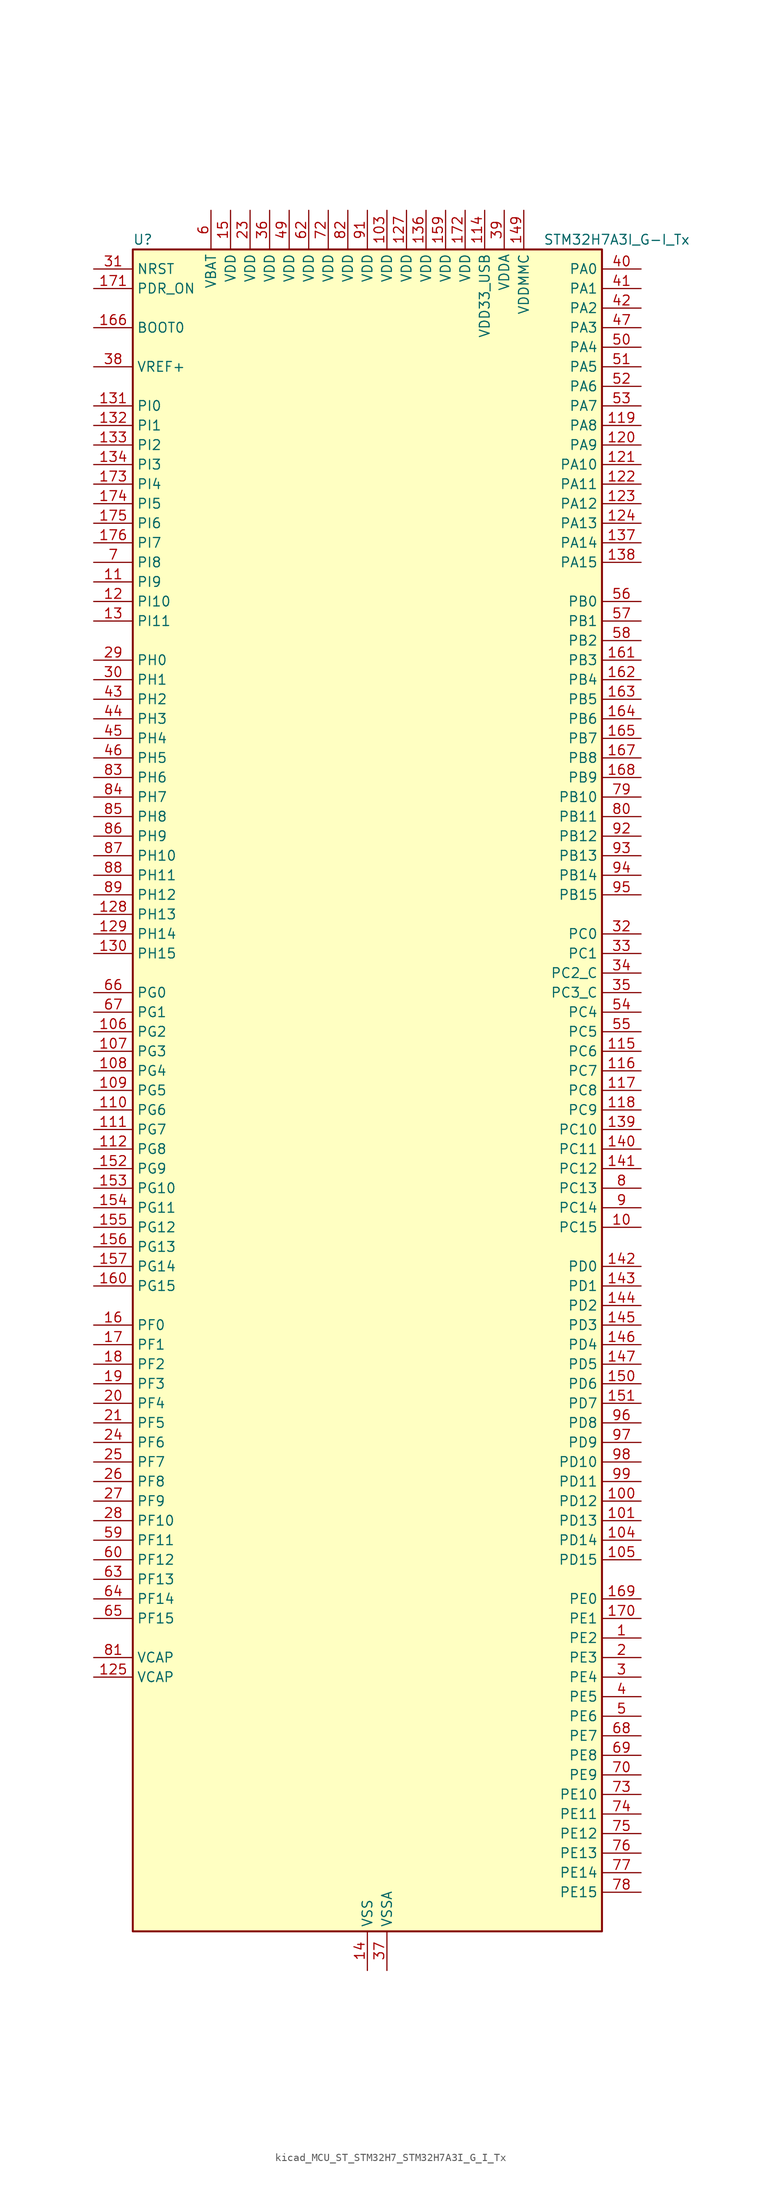
<source format=kicad_sym>
(kicad_symbol_lib
  (version 20220914)
  (generator kicad_symbol_editor)
  (symbol "kicad_MCU_ST_STM32H7_STM32H7A3I_G_I_Tx"
    (property "Reference" "U"
      (at -30.48 110.49 0)
      (effects (font (size 1.27 1.27)) (justify left)))
    (property "Value" "STM32H7A3I_G-I_Tx"
      (at 22.86 110.49 0)
      (effects (font (size 1.27 1.27)) (justify left)))
    (property "ki_locked" ""
      (at 0 0 0)
      (effects (font (size 1.27 1.27))))
    (symbol "kicad_MCU_ST_STM32H7_STM32H7A3I_G_I_Tx_0_1"
      (rectangle (start -30.48 -109.22) (end 30.48 109.22) (stroke (width 0.254) (type default)) (fill (type background))))
    (symbol "kicad_MCU_ST_STM32H7_STM32H7A3I_G_I_Tx_1_1"
      (pin bidirectional line (at 35.56 -71.12 180) (length 5.08) (name "PE2" (effects (font (size 1.27 1.27)))) (number "1" (effects (font (size 1.27 1.27)))) (alternate "DEBUG_TRACECLK" bidirectional line) (alternate "FMC_A23" bidirectional line) (alternate "OCTOSPIM_P1_IO2" bidirectional line) (alternate "SAI1_CK1" bidirectional line) (alternate "SAI1_MCLK_A" bidirectional line) (alternate "SPI4_SCK" bidirectional line) (alternate "USART10_RX" bidirectional line))
      (pin bidirectional line (at 35.56 -17.78 180) (length 5.08) (name "PC15" (effects (font (size 1.27 1.27)))) (number "10" (effects (font (size 1.27 1.27)))) (alternate "ADC1_EXTI15" bidirectional line) (alternate "ADC2_EXTI15" bidirectional line) (alternate "RCC_OSC32_OUT" bidirectional line))
      (pin bidirectional line (at 35.56 -53.34 180) (length 5.08) (name "PD12" (effects (font (size 1.27 1.27)))) (number "100" (effects (font (size 1.27 1.27)))) (alternate "DCMI_D12" bidirectional line) (alternate "FMC_A17" bidirectional line) (alternate "FMC_ALE" bidirectional line) (alternate "I2C4_SCL" bidirectional line) (alternate "LPTIM1_IN1" bidirectional line) (alternate "LPTIM2_IN1" bidirectional line) (alternate "OCTOSPIM_P1_IO1" bidirectional line) (alternate "PSSI_D12" bidirectional line) (alternate "SAI2_FS_A" bidirectional line) (alternate "TIM4_CH1" bidirectional line) (alternate "USART3_DE" bidirectional line) (alternate "USART3_RTS" bidirectional line))
      (pin bidirectional line (at 35.56 -55.88 180) (length 5.08) (name "PD13" (effects (font (size 1.27 1.27)))) (number "101" (effects (font (size 1.27 1.27)))) (alternate "DCMI_D13" bidirectional line) (alternate "FMC_A18" bidirectional line) (alternate "I2C4_SDA" bidirectional line) (alternate "LPTIM1_OUT" bidirectional line) (alternate "OCTOSPIM_P1_IO3" bidirectional line) (alternate "PSSI_D13" bidirectional line) (alternate "SAI2_SCK_A" bidirectional line) (alternate "TIM4_CH2" bidirectional line) (alternate "UART9_DE" bidirectional line) (alternate "UART9_RTS" bidirectional line))
      (pin passive line (at 0 -114.3 90) (length 5.08) hide (name "VSS" (effects (font (size 1.27 1.27)))) (number "102" (effects (font (size 1.27 1.27)))))
      (pin power_in line (at 2.54 114.3 270) (length 5.08) (name "VDD" (effects (font (size 1.27 1.27)))) (number "103" (effects (font (size 1.27 1.27)))))
      (pin bidirectional line (at 35.56 -58.42 180) (length 5.08) (name "PD14" (effects (font (size 1.27 1.27)))) (number "104" (effects (font (size 1.27 1.27)))) (alternate "FMC_D0" bidirectional line) (alternate "FMC_DA0" bidirectional line) (alternate "TIM4_CH3" bidirectional line) (alternate "UART8_CTS" bidirectional line) (alternate "UART9_RX" bidirectional line))
      (pin bidirectional line (at 35.56 -60.96 180) (length 5.08) (name "PD15" (effects (font (size 1.27 1.27)))) (number "105" (effects (font (size 1.27 1.27)))) (alternate "ADC1_EXTI15" bidirectional line) (alternate "ADC2_EXTI15" bidirectional line) (alternate "FMC_D1" bidirectional line) (alternate "FMC_DA1" bidirectional line) (alternate "TIM4_CH4" bidirectional line) (alternate "UART8_DE" bidirectional line) (alternate "UART8_RTS" bidirectional line) (alternate "UART9_TX" bidirectional line))
      (pin bidirectional line (at -35.56 7.62 0) (length 5.08) (name "PG2" (effects (font (size 1.27 1.27)))) (number "106" (effects (font (size 1.27 1.27)))) (alternate "FMC_A12" bidirectional line) (alternate "TIM8_BKIN" bidirectional line) (alternate "TIM8_BKIN_COMP1" bidirectional line) (alternate "TIM8_BKIN_COMP2" bidirectional line))
      (pin bidirectional line (at -35.56 5.08 0) (length 5.08) (name "PG3" (effects (font (size 1.27 1.27)))) (number "107" (effects (font (size 1.27 1.27)))) (alternate "FMC_A13" bidirectional line) (alternate "TIM8_BKIN2" bidirectional line) (alternate "TIM8_BKIN2_COMP1" bidirectional line) (alternate "TIM8_BKIN2_COMP2" bidirectional line))
      (pin bidirectional line (at -35.56 2.54 0) (length 5.08) (name "PG4" (effects (font (size 1.27 1.27)))) (number "108" (effects (font (size 1.27 1.27)))) (alternate "FMC_A14" bidirectional line) (alternate "FMC_BA0" bidirectional line) (alternate "TIM1_BKIN2" bidirectional line) (alternate "TIM1_BKIN2_COMP1" bidirectional line) (alternate "TIM1_BKIN2_COMP2" bidirectional line))
      (pin bidirectional line (at -35.56 0 0) (length 5.08) (name "PG5" (effects (font (size 1.27 1.27)))) (number "109" (effects (font (size 1.27 1.27)))) (alternate "FMC_A15" bidirectional line) (alternate "FMC_BA1" bidirectional line) (alternate "TIM1_ETR" bidirectional line))
      (pin bidirectional line (at -35.56 66.04 0) (length 5.08) (name "PI9" (effects (font (size 1.27 1.27)))) (number "11" (effects (font (size 1.27 1.27)))) (alternate "DAC1_EXTI9" bidirectional line) (alternate "FDCAN1_RX" bidirectional line) (alternate "FMC_D30" bidirectional line) (alternate "LTDC_VSYNC" bidirectional line) (alternate "OCTOSPIM_P2_IO0" bidirectional line) (alternate "UART4_RX" bidirectional line))
      (pin bidirectional line (at -35.56 -2.54 0) (length 5.08) (name "PG6" (effects (font (size 1.27 1.27)))) (number "110" (effects (font (size 1.27 1.27)))) (alternate "DCMI_D12" bidirectional line) (alternate "FMC_NE3" bidirectional line) (alternate "LTDC_R7" bidirectional line) (alternate "OCTOSPIM_P1_NCS" bidirectional line) (alternate "PSSI_D12" bidirectional line) (alternate "TIM17_BKIN" bidirectional line))
      (pin bidirectional line (at -35.56 -5.08 0) (length 5.08) (name "PG7" (effects (font (size 1.27 1.27)))) (number "111" (effects (font (size 1.27 1.27)))) (alternate "DCMI_D13" bidirectional line) (alternate "FMC_INT" bidirectional line) (alternate "LTDC_CLK" bidirectional line) (alternate "OCTOSPIM_P2_DQS" bidirectional line) (alternate "PSSI_D13" bidirectional line) (alternate "SAI1_MCLK_A" bidirectional line) (alternate "USART6_CK" bidirectional line))
      (pin bidirectional line (at -35.56 -7.62 0) (length 5.08) (name "PG8" (effects (font (size 1.27 1.27)))) (number "112" (effects (font (size 1.27 1.27)))) (alternate "FMC_SDCLK" bidirectional line) (alternate "I2S6_WS" bidirectional line) (alternate "LTDC_G7" bidirectional line) (alternate "SPDIFRX_IN2" bidirectional line) (alternate "SPI6_NSS" bidirectional line) (alternate "TIM8_ETR" bidirectional line) (alternate "USART6_DE" bidirectional line) (alternate "USART6_RTS" bidirectional line))
      (pin passive line (at 0 -114.3 90) (length 5.08) hide (name "VSS" (effects (font (size 1.27 1.27)))) (number "113" (effects (font (size 1.27 1.27)))))
      (pin power_in line (at 15.24 114.3 270) (length 5.08) (name "VDD33_USB" (effects (font (size 1.27 1.27)))) (number "114" (effects (font (size 1.27 1.27)))))
      (pin bidirectional line (at 35.56 5.08 180) (length 5.08) (name "PC6" (effects (font (size 1.27 1.27)))) (number "115" (effects (font (size 1.27 1.27)))) (alternate "DCMI_D0" bidirectional line) (alternate "DFSDM1_CKIN3" bidirectional line) (alternate "FMC_NWAIT" bidirectional line) (alternate "I2S2_MCK" bidirectional line) (alternate "LTDC_HSYNC" bidirectional line) (alternate "PSSI_D0" bidirectional line) (alternate "SDMMC1_D0DIR" bidirectional line) (alternate "SDMMC1_D6" bidirectional line) (alternate "SDMMC2_D6" bidirectional line) (alternate "SWPMI1_IO" bidirectional line) (alternate "TIM3_CH1" bidirectional line) (alternate "TIM8_CH1" bidirectional line) (alternate "USART6_TX" bidirectional line))
      (pin bidirectional line (at 35.56 2.54 180) (length 5.08) (name "PC7" (effects (font (size 1.27 1.27)))) (number "116" (effects (font (size 1.27 1.27)))) (alternate "DCMI_D1" bidirectional line) (alternate "DEBUG_TRGIO" bidirectional line) (alternate "DFSDM1_DATIN3" bidirectional line) (alternate "FMC_NE1" bidirectional line) (alternate "I2S3_MCK" bidirectional line) (alternate "LTDC_G6" bidirectional line) (alternate "PSSI_D1" bidirectional line) (alternate "SDMMC1_D123DIR" bidirectional line) (alternate "SDMMC1_D7" bidirectional line) (alternate "SDMMC2_D7" bidirectional line) (alternate "SWPMI1_TX" bidirectional line) (alternate "TIM3_CH2" bidirectional line) (alternate "TIM8_CH2" bidirectional line) (alternate "USART6_RX" bidirectional line))
      (pin bidirectional line (at 35.56 0 180) (length 5.08) (name "PC8" (effects (font (size 1.27 1.27)))) (number "117" (effects (font (size 1.27 1.27)))) (alternate "DCMI_D2" bidirectional line) (alternate "DEBUG_TRACED1" bidirectional line) (alternate "FMC_INT" bidirectional line) (alternate "FMC_NCE" bidirectional line) (alternate "FMC_NE2" bidirectional line) (alternate "PSSI_D2" bidirectional line) (alternate "SDMMC1_D0" bidirectional line) (alternate "SWPMI1_RX" bidirectional line) (alternate "TIM3_CH3" bidirectional line) (alternate "TIM8_CH3" bidirectional line) (alternate "UART5_DE" bidirectional line) (alternate "UART5_RTS" bidirectional line) (alternate "USART6_CK" bidirectional line))
      (pin bidirectional line (at 35.56 -2.54 180) (length 5.08) (name "PC9" (effects (font (size 1.27 1.27)))) (number "118" (effects (font (size 1.27 1.27)))) (alternate "DAC1_EXTI9" bidirectional line) (alternate "DCMI_D3" bidirectional line) (alternate "I2C3_SDA" bidirectional line) (alternate "I2S_CKIN" bidirectional line) (alternate "LTDC_B2" bidirectional line) (alternate "LTDC_G3" bidirectional line) (alternate "OCTOSPIM_P1_IO0" bidirectional line) (alternate "PSSI_D3" bidirectional line) (alternate "RCC_MCO_2" bidirectional line) (alternate "SDMMC1_D1" bidirectional line) (alternate "SWPMI1_SUSPEND" bidirectional line) (alternate "TIM3_CH4" bidirectional line) (alternate "TIM8_CH4" bidirectional line) (alternate "UART5_CTS" bidirectional line))
      (pin bidirectional line (at 35.56 86.36 180) (length 5.08) (name "PA8" (effects (font (size 1.27 1.27)))) (number "119" (effects (font (size 1.27 1.27)))) (alternate "I2C3_SCL" bidirectional line) (alternate "LTDC_B3" bidirectional line) (alternate "LTDC_R6" bidirectional line) (alternate "RCC_MCO_1" bidirectional line) (alternate "TIM1_CH1" bidirectional line) (alternate "TIM8_BKIN2" bidirectional line) (alternate "TIM8_BKIN2_COMP1" bidirectional line) (alternate "TIM8_BKIN2_COMP2" bidirectional line) (alternate "UART7_RX" bidirectional line) (alternate "USART1_CK" bidirectional line) (alternate "USB_OTG_HS_SOF" bidirectional line))
      (pin bidirectional line (at -35.56 63.5 0) (length 5.08) (name "PI10" (effects (font (size 1.27 1.27)))) (number "12" (effects (font (size 1.27 1.27)))) (alternate "FMC_D31" bidirectional line) (alternate "LTDC_HSYNC" bidirectional line) (alternate "OCTOSPIM_P2_IO1" bidirectional line) (alternate "PSSI_D14" bidirectional line))
      (pin bidirectional line (at 35.56 83.82 180) (length 5.08) (name "PA9" (effects (font (size 1.27 1.27)))) (number "120" (effects (font (size 1.27 1.27)))) (alternate "DAC1_EXTI9" bidirectional line) (alternate "DCMI_D0" bidirectional line) (alternate "I2C3_SMBA" bidirectional line) (alternate "I2S2_CK" bidirectional line) (alternate "LPUART1_TX" bidirectional line) (alternate "LTDC_R5" bidirectional line) (alternate "PSSI_D0" bidirectional line) (alternate "SPI2_SCK" bidirectional line) (alternate "TIM1_CH2" bidirectional line) (alternate "USART1_TX" bidirectional line) (alternate "USB_OTG_HS_VBUS" bidirectional line))
      (pin bidirectional line (at 35.56 81.28 180) (length 5.08) (name "PA10" (effects (font (size 1.27 1.27)))) (number "121" (effects (font (size 1.27 1.27)))) (alternate "DCMI_D1" bidirectional line) (alternate "LPUART1_RX" bidirectional line) (alternate "LTDC_B1" bidirectional line) (alternate "LTDC_B4" bidirectional line) (alternate "MDIOS_MDIO" bidirectional line) (alternate "PSSI_D1" bidirectional line) (alternate "TIM1_CH3" bidirectional line) (alternate "USART1_RX" bidirectional line) (alternate "USB_OTG_HS_ID" bidirectional line))
      (pin bidirectional line (at 35.56 78.74 180) (length 5.08) (name "PA11" (effects (font (size 1.27 1.27)))) (number "122" (effects (font (size 1.27 1.27)))) (alternate "ADC1_EXTI11" bidirectional line) (alternate "ADC2_EXTI11" bidirectional line) (alternate "FDCAN1_RX" bidirectional line) (alternate "I2S2_WS" bidirectional line) (alternate "LPUART1_CTS" bidirectional line) (alternate "LTDC_R4" bidirectional line) (alternate "SPI2_NSS" bidirectional line) (alternate "TIM1_CH4" bidirectional line) (alternate "UART4_RX" bidirectional line) (alternate "USART1_CTS" bidirectional line) (alternate "USART1_NSS" bidirectional line) (alternate "USB_OTG_HS_DM" bidirectional line))
      (pin bidirectional line (at 35.56 76.2 180) (length 5.08) (name "PA12" (effects (font (size 1.27 1.27)))) (number "123" (effects (font (size 1.27 1.27)))) (alternate "FDCAN1_TX" bidirectional line) (alternate "I2S2_CK" bidirectional line) (alternate "LPUART1_DE" bidirectional line) (alternate "LPUART1_RTS" bidirectional line) (alternate "LTDC_R5" bidirectional line) (alternate "SAI2_FS_B" bidirectional line) (alternate "SPI2_SCK" bidirectional line) (alternate "TIM1_ETR" bidirectional line) (alternate "UART4_TX" bidirectional line) (alternate "USART1_DE" bidirectional line) (alternate "USART1_RTS" bidirectional line) (alternate "USB_OTG_HS_DP" bidirectional line))
      (pin bidirectional line (at 35.56 73.66 180) (length 5.08) (name "PA13" (effects (font (size 1.27 1.27)))) (number "124" (effects (font (size 1.27 1.27)))) (alternate "DEBUG_JTMS-SWDIO" bidirectional line))
      (pin power_out line (at -35.56 -76.2 0) (length 5.08) (name "VCAP" (effects (font (size 1.27 1.27)))) (number "125" (effects (font (size 1.27 1.27)))))
      (pin passive line (at 0 -114.3 90) (length 5.08) hide (name "VSS" (effects (font (size 1.27 1.27)))) (number "126" (effects (font (size 1.27 1.27)))))
      (pin power_in line (at 5.08 114.3 270) (length 5.08) (name "VDD" (effects (font (size 1.27 1.27)))) (number "127" (effects (font (size 1.27 1.27)))))
      (pin bidirectional line (at -35.56 22.86 0) (length 5.08) (name "PH13" (effects (font (size 1.27 1.27)))) (number "128" (effects (font (size 1.27 1.27)))) (alternate "FDCAN1_TX" bidirectional line) (alternate "FMC_D21" bidirectional line) (alternate "LTDC_G2" bidirectional line) (alternate "TIM8_CH1N" bidirectional line) (alternate "UART4_TX" bidirectional line))
      (pin bidirectional line (at -35.56 20.32 0) (length 5.08) (name "PH14" (effects (font (size 1.27 1.27)))) (number "129" (effects (font (size 1.27 1.27)))) (alternate "DCMI_D4" bidirectional line) (alternate "FDCAN1_RX" bidirectional line) (alternate "FMC_D22" bidirectional line) (alternate "LTDC_G3" bidirectional line) (alternate "PSSI_D4" bidirectional line) (alternate "TIM8_CH2N" bidirectional line) (alternate "UART4_RX" bidirectional line))
      (pin bidirectional line (at -35.56 60.96 0) (length 5.08) (name "PI11" (effects (font (size 1.27 1.27)))) (number "13" (effects (font (size 1.27 1.27)))) (alternate "ADC1_EXTI11" bidirectional line) (alternate "ADC2_EXTI11" bidirectional line) (alternate "LTDC_G6" bidirectional line) (alternate "OCTOSPIM_P2_IO2" bidirectional line) (alternate "PSSI_D15" bidirectional line) (alternate "PWR_WKUP5" bidirectional line) (alternate "USB_OTG_HS_ULPI_DIR" bidirectional line))
      (pin bidirectional line (at -35.56 17.78 0) (length 5.08) (name "PH15" (effects (font (size 1.27 1.27)))) (number "130" (effects (font (size 1.27 1.27)))) (alternate "ADC1_EXTI15" bidirectional line) (alternate "ADC2_EXTI15" bidirectional line) (alternate "DCMI_D11" bidirectional line) (alternate "FMC_D23" bidirectional line) (alternate "LTDC_G4" bidirectional line) (alternate "PSSI_D11" bidirectional line) (alternate "TIM8_CH3N" bidirectional line))
      (pin bidirectional line (at -35.56 88.9 0) (length 5.08) (name "PI0" (effects (font (size 1.27 1.27)))) (number "131" (effects (font (size 1.27 1.27)))) (alternate "DCMI_D13" bidirectional line) (alternate "FMC_D24" bidirectional line) (alternate "I2S2_WS" bidirectional line) (alternate "LTDC_G5" bidirectional line) (alternate "PSSI_D13" bidirectional line) (alternate "SPI2_NSS" bidirectional line) (alternate "TIM5_CH4" bidirectional line))
      (pin bidirectional line (at -35.56 86.36 0) (length 5.08) (name "PI1" (effects (font (size 1.27 1.27)))) (number "132" (effects (font (size 1.27 1.27)))) (alternate "DCMI_D8" bidirectional line) (alternate "FMC_D25" bidirectional line) (alternate "I2S2_CK" bidirectional line) (alternate "LTDC_G6" bidirectional line) (alternate "PSSI_D8" bidirectional line) (alternate "SPI2_SCK" bidirectional line) (alternate "TIM8_BKIN2" bidirectional line) (alternate "TIM8_BKIN2_COMP1" bidirectional line) (alternate "TIM8_BKIN2_COMP2" bidirectional line))
      (pin bidirectional line (at -35.56 83.82 0) (length 5.08) (name "PI2" (effects (font (size 1.27 1.27)))) (number "133" (effects (font (size 1.27 1.27)))) (alternate "DCMI_D9" bidirectional line) (alternate "FMC_D26" bidirectional line) (alternate "I2S2_SDI" bidirectional line) (alternate "LTDC_G7" bidirectional line) (alternate "PSSI_D9" bidirectional line) (alternate "SPI2_MISO" bidirectional line) (alternate "TIM8_CH4" bidirectional line))
      (pin bidirectional line (at -35.56 81.28 0) (length 5.08) (name "PI3" (effects (font (size 1.27 1.27)))) (number "134" (effects (font (size 1.27 1.27)))) (alternate "DCMI_D10" bidirectional line) (alternate "FMC_D27" bidirectional line) (alternate "I2S2_SDO" bidirectional line) (alternate "PSSI_D10" bidirectional line) (alternate "SPI2_MOSI" bidirectional line) (alternate "TIM8_ETR" bidirectional line))
      (pin passive line (at 0 -114.3 90) (length 5.08) hide (name "VSS" (effects (font (size 1.27 1.27)))) (number "135" (effects (font (size 1.27 1.27)))))
      (pin power_in line (at 7.62 114.3 270) (length 5.08) (name "VDD" (effects (font (size 1.27 1.27)))) (number "136" (effects (font (size 1.27 1.27)))))
      (pin bidirectional line (at 35.56 71.12 180) (length 5.08) (name "PA14" (effects (font (size 1.27 1.27)))) (number "137" (effects (font (size 1.27 1.27)))) (alternate "DEBUG_JTCK-SWCLK" bidirectional line))
      (pin bidirectional line (at 35.56 68.58 180) (length 5.08) (name "PA15" (effects (font (size 1.27 1.27)))) (number "138" (effects (font (size 1.27 1.27)))) (alternate "ADC1_EXTI15" bidirectional line) (alternate "ADC2_EXTI15" bidirectional line) (alternate "CEC" bidirectional line) (alternate "DEBUG_JTDI" bidirectional line) (alternate "I2S1_WS" bidirectional line) (alternate "I2S3_WS" bidirectional line) (alternate "I2S6_WS" bidirectional line) (alternate "LTDC_B6" bidirectional line) (alternate "LTDC_R3" bidirectional line) (alternate "SPI1_NSS" bidirectional line) (alternate "SPI3_NSS" bidirectional line) (alternate "SPI6_NSS" bidirectional line) (alternate "TIM2_CH1" bidirectional line) (alternate "TIM2_ETR" bidirectional line) (alternate "UART4_DE" bidirectional line) (alternate "UART4_RTS" bidirectional line) (alternate "UART7_TX" bidirectional line))
      (pin bidirectional line (at 35.56 -5.08 180) (length 5.08) (name "PC10" (effects (font (size 1.27 1.27)))) (number "139" (effects (font (size 1.27 1.27)))) (alternate "DCMI_D8" bidirectional line) (alternate "DFSDM1_CKIN5" bidirectional line) (alternate "DFSDM2_CKIN0" bidirectional line) (alternate "I2S3_CK" bidirectional line) (alternate "LTDC_B1" bidirectional line) (alternate "LTDC_R2" bidirectional line) (alternate "OCTOSPIM_P1_IO1" bidirectional line) (alternate "PSSI_D8" bidirectional line) (alternate "SDMMC1_D2" bidirectional line) (alternate "SPI3_SCK" bidirectional line) (alternate "SWPMI1_RX" bidirectional line) (alternate "UART4_TX" bidirectional line) (alternate "USART3_TX" bidirectional line))
      (pin power_in line (at 0 -114.3 90) (length 5.08) (name "VSS" (effects (font (size 1.27 1.27)))) (number "14" (effects (font (size 1.27 1.27)))))
      (pin bidirectional line (at 35.56 -7.62 180) (length 5.08) (name "PC11" (effects (font (size 1.27 1.27)))) (number "140" (effects (font (size 1.27 1.27)))) (alternate "ADC1_EXTI11" bidirectional line) (alternate "ADC2_EXTI11" bidirectional line) (alternate "DCMI_D4" bidirectional line) (alternate "DFSDM1_DATIN5" bidirectional line) (alternate "DFSDM2_DATIN0" bidirectional line) (alternate "I2S3_SDI" bidirectional line) (alternate "LTDC_B4" bidirectional line) (alternate "OCTOSPIM_P1_NCS" bidirectional line) (alternate "PSSI_D4" bidirectional line) (alternate "SDMMC1_D3" bidirectional line) (alternate "SPI3_MISO" bidirectional line) (alternate "UART4_RX" bidirectional line) (alternate "USART3_RX" bidirectional line))
      (pin bidirectional line (at 35.56 -10.16 180) (length 5.08) (name "PC12" (effects (font (size 1.27 1.27)))) (number "141" (effects (font (size 1.27 1.27)))) (alternate "DCMI_D9" bidirectional line) (alternate "DEBUG_TRACED3" bidirectional line) (alternate "DFSDM2_CKOUT" bidirectional line) (alternate "I2S3_SDO" bidirectional line) (alternate "I2S6_CK" bidirectional line) (alternate "LTDC_R6" bidirectional line) (alternate "PSSI_D9" bidirectional line) (alternate "SDMMC1_CK" bidirectional line) (alternate "SPI3_MOSI" bidirectional line) (alternate "SPI6_SCK" bidirectional line) (alternate "TIM15_CH1" bidirectional line) (alternate "UART5_TX" bidirectional line) (alternate "USART3_CK" bidirectional line))
      (pin bidirectional line (at 35.56 -22.86 180) (length 5.08) (name "PD0" (effects (font (size 1.27 1.27)))) (number "142" (effects (font (size 1.27 1.27)))) (alternate "DFSDM1_CKIN6" bidirectional line) (alternate "FDCAN1_RX" bidirectional line) (alternate "FMC_D2" bidirectional line) (alternate "FMC_DA2" bidirectional line) (alternate "LTDC_B1" bidirectional line) (alternate "UART4_RX" bidirectional line) (alternate "UART9_CTS" bidirectional line))
      (pin bidirectional line (at 35.56 -25.4 180) (length 5.08) (name "PD1" (effects (font (size 1.27 1.27)))) (number "143" (effects (font (size 1.27 1.27)))) (alternate "DFSDM1_DATIN6" bidirectional line) (alternate "FDCAN1_TX" bidirectional line) (alternate "FMC_D3" bidirectional line) (alternate "FMC_DA3" bidirectional line) (alternate "UART4_TX" bidirectional line))
      (pin bidirectional line (at 35.56 -27.94 180) (length 5.08) (name "PD2" (effects (font (size 1.27 1.27)))) (number "144" (effects (font (size 1.27 1.27)))) (alternate "DCMI_D11" bidirectional line) (alternate "DEBUG_TRACED2" bidirectional line) (alternate "LTDC_B2" bidirectional line) (alternate "LTDC_B7" bidirectional line) (alternate "PSSI_D11" bidirectional line) (alternate "SDMMC1_CMD" bidirectional line) (alternate "TIM15_BKIN" bidirectional line) (alternate "TIM3_ETR" bidirectional line) (alternate "UART5_RX" bidirectional line))
      (pin bidirectional line (at 35.56 -30.48 180) (length 5.08) (name "PD3" (effects (font (size 1.27 1.27)))) (number "145" (effects (font (size 1.27 1.27)))) (alternate "DCMI_D5" bidirectional line) (alternate "DFSDM1_CKOUT" bidirectional line) (alternate "FMC_CLK" bidirectional line) (alternate "I2S2_CK" bidirectional line) (alternate "LTDC_G7" bidirectional line) (alternate "PSSI_D5" bidirectional line) (alternate "SPI2_SCK" bidirectional line) (alternate "USART2_CTS" bidirectional line) (alternate "USART2_NSS" bidirectional line))
      (pin bidirectional line (at 35.56 -33.02 180) (length 5.08) (name "PD4" (effects (font (size 1.27 1.27)))) (number "146" (effects (font (size 1.27 1.27)))) (alternate "FMC_NOE" bidirectional line) (alternate "OCTOSPIM_P1_IO4" bidirectional line) (alternate "USART2_DE" bidirectional line) (alternate "USART2_RTS" bidirectional line))
      (pin bidirectional line (at 35.56 -35.56 180) (length 5.08) (name "PD5" (effects (font (size 1.27 1.27)))) (number "147" (effects (font (size 1.27 1.27)))) (alternate "FMC_NWE" bidirectional line) (alternate "OCTOSPIM_P1_IO5" bidirectional line) (alternate "USART2_TX" bidirectional line))
      (pin passive line (at 0 -114.3 90) (length 5.08) hide (name "VSS" (effects (font (size 1.27 1.27)))) (number "148" (effects (font (size 1.27 1.27)))))
      (pin power_in line (at 20.32 114.3 270) (length 5.08) (name "VDDMMC" (effects (font (size 1.27 1.27)))) (number "149" (effects (font (size 1.27 1.27)))))
      (pin power_in line (at -17.78 114.3 270) (length 5.08) (name "VDD" (effects (font (size 1.27 1.27)))) (number "15" (effects (font (size 1.27 1.27)))))
      (pin bidirectional line (at 35.56 -38.1 180) (length 5.08) (name "PD6" (effects (font (size 1.27 1.27)))) (number "150" (effects (font (size 1.27 1.27)))) (alternate "DCMI_D10" bidirectional line) (alternate "DFSDM1_CKIN4" bidirectional line) (alternate "DFSDM1_DATIN1" bidirectional line) (alternate "FMC_NWAIT" bidirectional line) (alternate "I2S3_SDO" bidirectional line) (alternate "LTDC_B2" bidirectional line) (alternate "OCTOSPIM_P1_IO6" bidirectional line) (alternate "PSSI_D10" bidirectional line) (alternate "SAI1_D1" bidirectional line) (alternate "SAI1_SD_A" bidirectional line) (alternate "SDMMC2_CK" bidirectional line) (alternate "SPI3_MOSI" bidirectional line) (alternate "USART2_RX" bidirectional line))
      (pin bidirectional line (at 35.56 -40.64 180) (length 5.08) (name "PD7" (effects (font (size 1.27 1.27)))) (number "151" (effects (font (size 1.27 1.27)))) (alternate "DFSDM1_CKIN1" bidirectional line) (alternate "DFSDM1_DATIN4" bidirectional line) (alternate "FMC_NE1" bidirectional line) (alternate "I2S1_SDO" bidirectional line) (alternate "OCTOSPIM_P1_IO7" bidirectional line) (alternate "SDMMC2_CMD" bidirectional line) (alternate "SPDIFRX_IN0" bidirectional line) (alternate "SPI1_MOSI" bidirectional line) (alternate "USART2_CK" bidirectional line))
      (pin bidirectional line (at -35.56 -10.16 0) (length 5.08) (name "PG9" (effects (font (size 1.27 1.27)))) (number "152" (effects (font (size 1.27 1.27)))) (alternate "DAC1_EXTI9" bidirectional line) (alternate "DCMI_VSYNC" bidirectional line) (alternate "FMC_NCE" bidirectional line) (alternate "FMC_NE2" bidirectional line) (alternate "I2S1_SDI" bidirectional line) (alternate "OCTOSPIM_P1_IO6" bidirectional line) (alternate "PSSI_RDY" bidirectional line) (alternate "SAI2_FS_B" bidirectional line) (alternate "SDMMC2_D0" bidirectional line) (alternate "SPDIFRX_IN3" bidirectional line) (alternate "SPI1_MISO" bidirectional line) (alternate "USART6_RX" bidirectional line))
      (pin bidirectional line (at -35.56 -12.7 0) (length 5.08) (name "PG10" (effects (font (size 1.27 1.27)))) (number "153" (effects (font (size 1.27 1.27)))) (alternate "DCMI_D2" bidirectional line) (alternate "FMC_NE3" bidirectional line) (alternate "I2S1_WS" bidirectional line) (alternate "LTDC_B2" bidirectional line) (alternate "LTDC_G3" bidirectional line) (alternate "OCTOSPIM_P2_IO6" bidirectional line) (alternate "PSSI_D2" bidirectional line) (alternate "SAI2_SD_B" bidirectional line) (alternate "SDMMC2_D1" bidirectional line) (alternate "SPI1_NSS" bidirectional line))
      (pin bidirectional line (at -35.56 -15.24 0) (length 5.08) (name "PG11" (effects (font (size 1.27 1.27)))) (number "154" (effects (font (size 1.27 1.27)))) (alternate "ADC1_EXTI11" bidirectional line) (alternate "ADC2_EXTI11" bidirectional line) (alternate "DCMI_D3" bidirectional line) (alternate "I2S1_CK" bidirectional line) (alternate "LPTIM1_IN2" bidirectional line) (alternate "LTDC_B3" bidirectional line) (alternate "OCTOSPIM_P2_IO7" bidirectional line) (alternate "PSSI_D3" bidirectional line) (alternate "SDMMC2_D2" bidirectional line) (alternate "SPDIFRX_IN0" bidirectional line) (alternate "SPI1_SCK" bidirectional line) (alternate "USART10_RX" bidirectional line))
      (pin bidirectional line (at -35.56 -17.78 0) (length 5.08) (name "PG12" (effects (font (size 1.27 1.27)))) (number "155" (effects (font (size 1.27 1.27)))) (alternate "FMC_NE4" bidirectional line) (alternate "I2S6_SDI" bidirectional line) (alternate "LPTIM1_IN1" bidirectional line) (alternate "LTDC_B1" bidirectional line) (alternate "LTDC_B4" bidirectional line) (alternate "OCTOSPIM_P2_NCS" bidirectional line) (alternate "SDMMC2_D3" bidirectional line) (alternate "SPDIFRX_IN1" bidirectional line) (alternate "SPI6_MISO" bidirectional line) (alternate "USART10_TX" bidirectional line) (alternate "USART6_DE" bidirectional line) (alternate "USART6_RTS" bidirectional line))
      (pin bidirectional line (at -35.56 -20.32 0) (length 5.08) (name "PG13" (effects (font (size 1.27 1.27)))) (number "156" (effects (font (size 1.27 1.27)))) (alternate "DEBUG_TRACED0" bidirectional line) (alternate "FMC_A24" bidirectional line) (alternate "I2S6_CK" bidirectional line) (alternate "LPTIM1_OUT" bidirectional line) (alternate "LTDC_R0" bidirectional line) (alternate "SDMMC2_D6" bidirectional line) (alternate "SPI6_SCK" bidirectional line) (alternate "USART10_CTS" bidirectional line) (alternate "USART10_NSS" bidirectional line) (alternate "USART6_CTS" bidirectional line) (alternate "USART6_NSS" bidirectional line))
      (pin bidirectional line (at -35.56 -22.86 0) (length 5.08) (name "PG14" (effects (font (size 1.27 1.27)))) (number "157" (effects (font (size 1.27 1.27)))) (alternate "DEBUG_TRACED1" bidirectional line) (alternate "FMC_A25" bidirectional line) (alternate "I2S6_SDO" bidirectional line) (alternate "LPTIM1_ETR" bidirectional line) (alternate "LTDC_B0" bidirectional line) (alternate "OCTOSPIM_P1_IO7" bidirectional line) (alternate "SDMMC2_D7" bidirectional line) (alternate "SPI6_MOSI" bidirectional line) (alternate "USART10_DE" bidirectional line) (alternate "USART10_RTS" bidirectional line) (alternate "USART6_TX" bidirectional line))
      (pin passive line (at 0 -114.3 90) (length 5.08) hide (name "VSS" (effects (font (size 1.27 1.27)))) (number "158" (effects (font (size 1.27 1.27)))))
      (pin power_in line (at 10.16 114.3 270) (length 5.08) (name "VDD" (effects (font (size 1.27 1.27)))) (number "159" (effects (font (size 1.27 1.27)))))
      (pin bidirectional line (at -35.56 -30.48 0) (length 5.08) (name "PF0" (effects (font (size 1.27 1.27)))) (number "16" (effects (font (size 1.27 1.27)))) (alternate "FMC_A0" bidirectional line) (alternate "I2C2_SDA" bidirectional line) (alternate "OCTOSPIM_P2_IO0" bidirectional line))
      (pin bidirectional line (at -35.56 -25.4 0) (length 5.08) (name "PG15" (effects (font (size 1.27 1.27)))) (number "160" (effects (font (size 1.27 1.27)))) (alternate "ADC1_EXTI15" bidirectional line) (alternate "ADC2_EXTI15" bidirectional line) (alternate "DCMI_D13" bidirectional line) (alternate "FMC_SDNCAS" bidirectional line) (alternate "OCTOSPIM_P2_DQS" bidirectional line) (alternate "PSSI_D13" bidirectional line) (alternate "USART10_CK" bidirectional line) (alternate "USART6_CTS" bidirectional line) (alternate "USART6_NSS" bidirectional line))
      (pin bidirectional line (at 35.56 55.88 180) (length 5.08) (name "PB3" (effects (font (size 1.27 1.27)))) (number "161" (effects (font (size 1.27 1.27)))) (alternate "CRS_SYNC" bidirectional line) (alternate "DEBUG_JTDO-SWO" bidirectional line) (alternate "I2S1_CK" bidirectional line) (alternate "I2S3_CK" bidirectional line) (alternate "I2S6_CK" bidirectional line) (alternate "SDMMC2_D2" bidirectional line) (alternate "SPI1_SCK" bidirectional line) (alternate "SPI3_SCK" bidirectional line) (alternate "SPI6_SCK" bidirectional line) (alternate "TIM2_CH2" bidirectional line) (alternate "UART7_RX" bidirectional line))
      (pin bidirectional line (at 35.56 53.34 180) (length 5.08) (name "PB4" (effects (font (size 1.27 1.27)))) (number "162" (effects (font (size 1.27 1.27)))) (alternate "DEBUG_JTRST" bidirectional line) (alternate "I2S1_SDI" bidirectional line) (alternate "I2S2_WS" bidirectional line) (alternate "I2S3_SDI" bidirectional line) (alternate "I2S6_SDI" bidirectional line) (alternate "SDMMC2_D3" bidirectional line) (alternate "SPI1_MISO" bidirectional line) (alternate "SPI2_NSS" bidirectional line) (alternate "SPI3_MISO" bidirectional line) (alternate "SPI6_MISO" bidirectional line) (alternate "TIM16_BKIN" bidirectional line) (alternate "TIM3_CH1" bidirectional line) (alternate "UART7_TX" bidirectional line))
      (pin bidirectional line (at 35.56 50.8 180) (length 5.08) (name "PB5" (effects (font (size 1.27 1.27)))) (number "163" (effects (font (size 1.27 1.27)))) (alternate "DCMI_D10" bidirectional line) (alternate "FDCAN2_RX" bidirectional line) (alternate "FMC_SDCKE1" bidirectional line) (alternate "I2C1_SMBA" bidirectional line) (alternate "I2C4_SMBA" bidirectional line) (alternate "I2S1_SDO" bidirectional line) (alternate "I2S3_SDO" bidirectional line) (alternate "I2S6_SDO" bidirectional line) (alternate "LTDC_B5" bidirectional line) (alternate "PSSI_D10" bidirectional line) (alternate "SPI1_MOSI" bidirectional line) (alternate "SPI3_MOSI" bidirectional line) (alternate "SPI6_MOSI" bidirectional line) (alternate "TIM17_BKIN" bidirectional line) (alternate "TIM3_CH2" bidirectional line) (alternate "UART5_RX" bidirectional line) (alternate "USB_OTG_HS_ULPI_D7" bidirectional line))
      (pin bidirectional line (at 35.56 48.26 180) (length 5.08) (name "PB6" (effects (font (size 1.27 1.27)))) (number "164" (effects (font (size 1.27 1.27)))) (alternate "CEC" bidirectional line) (alternate "DCMI_D5" bidirectional line) (alternate "DFSDM1_DATIN5" bidirectional line) (alternate "FDCAN2_TX" bidirectional line) (alternate "FMC_SDNE1" bidirectional line) (alternate "I2C1_SCL" bidirectional line) (alternate "I2C4_SCL" bidirectional line) (alternate "LPUART1_TX" bidirectional line) (alternate "OCTOSPIM_P1_NCS" bidirectional line) (alternate "PSSI_D5" bidirectional line) (alternate "TIM16_CH1N" bidirectional line) (alternate "TIM4_CH1" bidirectional line) (alternate "UART5_TX" bidirectional line) (alternate "USART1_TX" bidirectional line))
      (pin bidirectional line (at 35.56 45.72 180) (length 5.08) (name "PB7" (effects (font (size 1.27 1.27)))) (number "165" (effects (font (size 1.27 1.27)))) (alternate "DCMI_VSYNC" bidirectional line) (alternate "DFSDM1_CKIN5" bidirectional line) (alternate "FMC_NL" bidirectional line) (alternate "I2C1_SDA" bidirectional line) (alternate "I2C4_SDA" bidirectional line) (alternate "LPUART1_RX" bidirectional line) (alternate "PSSI_RDY" bidirectional line) (alternate "PWR_PVD_IN" bidirectional line) (alternate "TIM17_CH1N" bidirectional line) (alternate "TIM4_CH2" bidirectional line) (alternate "USART1_RX" bidirectional line))
      (pin input line (at -35.56 99.06 0) (length 5.08) (name "BOOT0" (effects (font (size 1.27 1.27)))) (number "166" (effects (font (size 1.27 1.27)))))
      (pin bidirectional line (at 35.56 43.18 180) (length 5.08) (name "PB8" (effects (font (size 1.27 1.27)))) (number "167" (effects (font (size 1.27 1.27)))) (alternate "DCMI_D6" bidirectional line) (alternate "DFSDM1_CKIN7" bidirectional line) (alternate "FDCAN1_RX" bidirectional line) (alternate "I2C1_SCL" bidirectional line) (alternate "I2C4_SCL" bidirectional line) (alternate "LTDC_B6" bidirectional line) (alternate "PSSI_D6" bidirectional line) (alternate "SDMMC1_CKIN" bidirectional line) (alternate "SDMMC1_D4" bidirectional line) (alternate "SDMMC2_D4" bidirectional line) (alternate "TIM16_CH1" bidirectional line) (alternate "TIM4_CH3" bidirectional line) (alternate "UART4_RX" bidirectional line))
      (pin bidirectional line (at 35.56 40.64 180) (length 5.08) (name "PB9" (effects (font (size 1.27 1.27)))) (number "168" (effects (font (size 1.27 1.27)))) (alternate "DAC1_EXTI9" bidirectional line) (alternate "DCMI_D7" bidirectional line) (alternate "DFSDM1_DATIN7" bidirectional line) (alternate "FDCAN1_TX" bidirectional line) (alternate "I2C1_SDA" bidirectional line) (alternate "I2C4_SDA" bidirectional line) (alternate "I2C4_SMBA" bidirectional line) (alternate "I2S2_WS" bidirectional line) (alternate "LTDC_B7" bidirectional line) (alternate "PSSI_D7" bidirectional line) (alternate "SDMMC1_CDIR" bidirectional line) (alternate "SDMMC1_D5" bidirectional line) (alternate "SDMMC2_D5" bidirectional line) (alternate "SPI2_NSS" bidirectional line) (alternate "TIM17_CH1" bidirectional line) (alternate "TIM4_CH4" bidirectional line) (alternate "UART4_TX" bidirectional line))
      (pin bidirectional line (at 35.56 -66.04 180) (length 5.08) (name "PE0" (effects (font (size 1.27 1.27)))) (number "169" (effects (font (size 1.27 1.27)))) (alternate "DCMI_D2" bidirectional line) (alternate "FMC_NBL0" bidirectional line) (alternate "LPTIM1_ETR" bidirectional line) (alternate "LPTIM2_ETR" bidirectional line) (alternate "LTDC_R0" bidirectional line) (alternate "PSSI_D2" bidirectional line) (alternate "SAI2_MCLK_A" bidirectional line) (alternate "TIM4_ETR" bidirectional line) (alternate "UART8_RX" bidirectional line))
      (pin bidirectional line (at -35.56 -33.02 0) (length 5.08) (name "PF1" (effects (font (size 1.27 1.27)))) (number "17" (effects (font (size 1.27 1.27)))) (alternate "FMC_A1" bidirectional line) (alternate "I2C2_SCL" bidirectional line) (alternate "OCTOSPIM_P2_IO1" bidirectional line))
      (pin bidirectional line (at 35.56 -68.58 180) (length 5.08) (name "PE1" (effects (font (size 1.27 1.27)))) (number "170" (effects (font (size 1.27 1.27)))) (alternate "DCMI_D3" bidirectional line) (alternate "FMC_NBL1" bidirectional line) (alternate "LPTIM1_IN2" bidirectional line) (alternate "LTDC_R6" bidirectional line) (alternate "PSSI_D3" bidirectional line) (alternate "UART8_TX" bidirectional line))
      (pin input line (at -35.56 104.14 0) (length 5.08) (name "PDR_ON" (effects (font (size 1.27 1.27)))) (number "171" (effects (font (size 1.27 1.27)))))
      (pin power_in line (at 12.7 114.3 270) (length 5.08) (name "VDD" (effects (font (size 1.27 1.27)))) (number "172" (effects (font (size 1.27 1.27)))))
      (pin bidirectional line (at -35.56 78.74 0) (length 5.08) (name "PI4" (effects (font (size 1.27 1.27)))) (number "173" (effects (font (size 1.27 1.27)))) (alternate "DCMI_D5" bidirectional line) (alternate "FMC_NBL2" bidirectional line) (alternate "LTDC_B4" bidirectional line) (alternate "PSSI_D5" bidirectional line) (alternate "SAI2_MCLK_A" bidirectional line) (alternate "TIM8_BKIN" bidirectional line) (alternate "TIM8_BKIN_COMP1" bidirectional line) (alternate "TIM8_BKIN_COMP2" bidirectional line))
      (pin bidirectional line (at -35.56 76.2 0) (length 5.08) (name "PI5" (effects (font (size 1.27 1.27)))) (number "174" (effects (font (size 1.27 1.27)))) (alternate "DCMI_VSYNC" bidirectional line) (alternate "FMC_NBL3" bidirectional line) (alternate "LTDC_B5" bidirectional line) (alternate "PSSI_RDY" bidirectional line) (alternate "SAI2_SCK_A" bidirectional line) (alternate "TIM8_CH1" bidirectional line))
      (pin bidirectional line (at -35.56 73.66 0) (length 5.08) (name "PI6" (effects (font (size 1.27 1.27)))) (number "175" (effects (font (size 1.27 1.27)))) (alternate "DCMI_D6" bidirectional line) (alternate "FMC_D28" bidirectional line) (alternate "LTDC_B6" bidirectional line) (alternate "PSSI_D6" bidirectional line) (alternate "SAI2_SD_A" bidirectional line) (alternate "TIM8_CH2" bidirectional line))
      (pin bidirectional line (at -35.56 71.12 0) (length 5.08) (name "PI7" (effects (font (size 1.27 1.27)))) (number "176" (effects (font (size 1.27 1.27)))) (alternate "DCMI_D7" bidirectional line) (alternate "FMC_D29" bidirectional line) (alternate "LTDC_B7" bidirectional line) (alternate "PSSI_D7" bidirectional line) (alternate "SAI2_FS_A" bidirectional line) (alternate "TIM8_CH3" bidirectional line))
      (pin bidirectional line (at -35.56 -35.56 0) (length 5.08) (name "PF2" (effects (font (size 1.27 1.27)))) (number "18" (effects (font (size 1.27 1.27)))) (alternate "FMC_A2" bidirectional line) (alternate "I2C2_SMBA" bidirectional line) (alternate "OCTOSPIM_P2_IO2" bidirectional line))
      (pin bidirectional line (at -35.56 -38.1 0) (length 5.08) (name "PF3" (effects (font (size 1.27 1.27)))) (number "19" (effects (font (size 1.27 1.27)))) (alternate "FMC_A3" bidirectional line) (alternate "OCTOSPIM_P2_IO3" bidirectional line))
      (pin bidirectional line (at 35.56 -73.66 180) (length 5.08) (name "PE3" (effects (font (size 1.27 1.27)))) (number "2" (effects (font (size 1.27 1.27)))) (alternate "DEBUG_TRACED0" bidirectional line) (alternate "FMC_A19" bidirectional line) (alternate "SAI1_SD_B" bidirectional line) (alternate "TIM15_BKIN" bidirectional line) (alternate "USART10_TX" bidirectional line))
      (pin bidirectional line (at -35.56 -40.64 0) (length 5.08) (name "PF4" (effects (font (size 1.27 1.27)))) (number "20" (effects (font (size 1.27 1.27)))) (alternate "FMC_A4" bidirectional line) (alternate "OCTOSPIM_P2_CLK" bidirectional line))
      (pin bidirectional line (at -35.56 -43.18 0) (length 5.08) (name "PF5" (effects (font (size 1.27 1.27)))) (number "21" (effects (font (size 1.27 1.27)))) (alternate "FMC_A5" bidirectional line) (alternate "OCTOSPIM_P2_NCLK" bidirectional line))
      (pin passive line (at 0 -114.3 90) (length 5.08) hide (name "VSS" (effects (font (size 1.27 1.27)))) (number "22" (effects (font (size 1.27 1.27)))))
      (pin power_in line (at -15.24 114.3 270) (length 5.08) (name "VDD" (effects (font (size 1.27 1.27)))) (number "23" (effects (font (size 1.27 1.27)))))
      (pin bidirectional line (at -35.56 -45.72 0) (length 5.08) (name "PF6" (effects (font (size 1.27 1.27)))) (number "24" (effects (font (size 1.27 1.27)))) (alternate "OCTOSPIM_P1_IO3" bidirectional line) (alternate "SAI1_SD_B" bidirectional line) (alternate "SPI5_NSS" bidirectional line) (alternate "TIM16_CH1" bidirectional line) (alternate "UART7_RX" bidirectional line))
      (pin bidirectional line (at -35.56 -48.26 0) (length 5.08) (name "PF7" (effects (font (size 1.27 1.27)))) (number "25" (effects (font (size 1.27 1.27)))) (alternate "OCTOSPIM_P1_IO2" bidirectional line) (alternate "SAI1_MCLK_B" bidirectional line) (alternate "SPI5_SCK" bidirectional line) (alternate "TIM17_CH1" bidirectional line) (alternate "UART7_TX" bidirectional line))
      (pin bidirectional line (at -35.56 -50.8 0) (length 5.08) (name "PF8" (effects (font (size 1.27 1.27)))) (number "26" (effects (font (size 1.27 1.27)))) (alternate "OCTOSPIM_P1_IO0" bidirectional line) (alternate "SAI1_SCK_B" bidirectional line) (alternate "SPI5_MISO" bidirectional line) (alternate "TIM13_CH1" bidirectional line) (alternate "TIM16_CH1N" bidirectional line) (alternate "UART7_DE" bidirectional line) (alternate "UART7_RTS" bidirectional line))
      (pin bidirectional line (at -35.56 -53.34 0) (length 5.08) (name "PF9" (effects (font (size 1.27 1.27)))) (number "27" (effects (font (size 1.27 1.27)))) (alternate "DAC1_EXTI9" bidirectional line) (alternate "OCTOSPIM_P1_IO1" bidirectional line) (alternate "SAI1_FS_B" bidirectional line) (alternate "SPI5_MOSI" bidirectional line) (alternate "TIM14_CH1" bidirectional line) (alternate "TIM17_CH1N" bidirectional line) (alternate "UART7_CTS" bidirectional line))
      (pin bidirectional line (at -35.56 -55.88 0) (length 5.08) (name "PF10" (effects (font (size 1.27 1.27)))) (number "28" (effects (font (size 1.27 1.27)))) (alternate "DCMI_D11" bidirectional line) (alternate "LTDC_DE" bidirectional line) (alternate "OCTOSPIM_P1_CLK" bidirectional line) (alternate "PSSI_D11" bidirectional line) (alternate "PSSI_D15" bidirectional line) (alternate "SAI1_D3" bidirectional line) (alternate "TIM16_BKIN" bidirectional line))
      (pin bidirectional line (at -35.56 55.88 0) (length 5.08) (name "PH0" (effects (font (size 1.27 1.27)))) (number "29" (effects (font (size 1.27 1.27)))) (alternate "RCC_OSC_IN" bidirectional line))
      (pin bidirectional line (at 35.56 -76.2 180) (length 5.08) (name "PE4" (effects (font (size 1.27 1.27)))) (number "3" (effects (font (size 1.27 1.27)))) (alternate "DCMI_D4" bidirectional line) (alternate "DEBUG_TRACED1" bidirectional line) (alternate "DFSDM1_DATIN3" bidirectional line) (alternate "FMC_A20" bidirectional line) (alternate "LTDC_B0" bidirectional line) (alternate "PSSI_D4" bidirectional line) (alternate "SAI1_D2" bidirectional line) (alternate "SAI1_FS_A" bidirectional line) (alternate "SPI4_NSS" bidirectional line) (alternate "TIM15_CH1N" bidirectional line))
      (pin bidirectional line (at -35.56 53.34 0) (length 5.08) (name "PH1" (effects (font (size 1.27 1.27)))) (number "30" (effects (font (size 1.27 1.27)))) (alternate "RCC_OSC_OUT" bidirectional line))
      (pin input line (at -35.56 106.68 0) (length 5.08) (name "NRST" (effects (font (size 1.27 1.27)))) (number "31" (effects (font (size 1.27 1.27)))))
      (pin bidirectional line (at 35.56 20.32 180) (length 5.08) (name "PC0" (effects (font (size 1.27 1.27)))) (number "32" (effects (font (size 1.27 1.27)))) (alternate "ADC1_INP10" bidirectional line) (alternate "ADC2_INP10" bidirectional line) (alternate "DFSDM1_CKIN0" bidirectional line) (alternate "DFSDM1_DATIN4" bidirectional line) (alternate "FMC_A25" bidirectional line) (alternate "FMC_SDNWE" bidirectional line) (alternate "LTDC_G2" bidirectional line) (alternate "LTDC_R5" bidirectional line) (alternate "SAI2_FS_B" bidirectional line) (alternate "USB_OTG_HS_ULPI_STP" bidirectional line))
      (pin bidirectional line (at 35.56 17.78 180) (length 5.08) (name "PC1" (effects (font (size 1.27 1.27)))) (number "33" (effects (font (size 1.27 1.27)))) (alternate "ADC1_INN10" bidirectional line) (alternate "ADC1_INP11" bidirectional line) (alternate "ADC2_INN10" bidirectional line) (alternate "ADC2_INP11" bidirectional line) (alternate "DEBUG_TRACED0" bidirectional line) (alternate "DFSDM1_CKIN4" bidirectional line) (alternate "DFSDM1_DATIN0" bidirectional line) (alternate "I2S2_SDO" bidirectional line) (alternate "LTDC_G5" bidirectional line) (alternate "MDIOS_MDC" bidirectional line) (alternate "OCTOSPIM_P1_IO4" bidirectional line) (alternate "PWR_WKUP6" bidirectional line) (alternate "RTC_TAMP3" bidirectional line) (alternate "SAI1_D1" bidirectional line) (alternate "SAI1_SD_A" bidirectional line) (alternate "SDMMC2_CK" bidirectional line) (alternate "SPI2_MOSI" bidirectional line))
      (pin bidirectional line (at 35.56 15.24 180) (length 5.08) (name "PC2_C" (effects (font (size 1.27 1.27)))) (number "34" (effects (font (size 1.27 1.27)))) (alternate "ADC2_INN1" bidirectional line) (alternate "ADC2_INP0" bidirectional line) (alternate "DFSDM1_CKIN1" bidirectional line) (alternate "DFSDM1_CKOUT" bidirectional line) (alternate "FMC_SDNE0" bidirectional line) (alternate "I2S2_SDI" bidirectional line) (alternate "OCTOSPIM_P1_IO2" bidirectional line) (alternate "OCTOSPIM_P1_IO5" bidirectional line) (alternate "PWR_CSTOP" bidirectional line) (alternate "SPI2_MISO" bidirectional line) (alternate "USB_OTG_HS_ULPI_DIR" bidirectional line))
      (pin bidirectional line (at 35.56 12.7 180) (length 5.08) (name "PC3_C" (effects (font (size 1.27 1.27)))) (number "35" (effects (font (size 1.27 1.27)))) (alternate "ADC2_INP1" bidirectional line) (alternate "DFSDM1_DATIN1" bidirectional line) (alternate "FMC_SDCKE0" bidirectional line) (alternate "I2S2_SDO" bidirectional line) (alternate "OCTOSPIM_P1_IO0" bidirectional line) (alternate "OCTOSPIM_P1_IO6" bidirectional line) (alternate "PWR_CSLEEP" bidirectional line) (alternate "SPI2_MOSI" bidirectional line) (alternate "USB_OTG_HS_ULPI_NXT" bidirectional line))
      (pin power_in line (at -12.7 114.3 270) (length 5.08) (name "VDD" (effects (font (size 1.27 1.27)))) (number "36" (effects (font (size 1.27 1.27)))))
      (pin power_in line (at 2.54 -114.3 90) (length 5.08) (name "VSSA" (effects (font (size 1.27 1.27)))) (number "37" (effects (font (size 1.27 1.27)))))
      (pin input line (at -35.56 93.98 0) (length 5.08) (name "VREF+" (effects (font (size 1.27 1.27)))) (number "38" (effects (font (size 1.27 1.27)))) (alternate "VREFBUF_OUT" bidirectional line))
      (pin power_in line (at 17.78 114.3 270) (length 5.08) (name "VDDA" (effects (font (size 1.27 1.27)))) (number "39" (effects (font (size 1.27 1.27)))))
      (pin bidirectional line (at 35.56 -78.74 180) (length 5.08) (name "PE5" (effects (font (size 1.27 1.27)))) (number "4" (effects (font (size 1.27 1.27)))) (alternate "DCMI_D6" bidirectional line) (alternate "DEBUG_TRACED2" bidirectional line) (alternate "DFSDM1_CKIN3" bidirectional line) (alternate "FMC_A21" bidirectional line) (alternate "LTDC_G0" bidirectional line) (alternate "PSSI_D6" bidirectional line) (alternate "SAI1_CK2" bidirectional line) (alternate "SAI1_SCK_A" bidirectional line) (alternate "SPI4_MISO" bidirectional line) (alternate "TIM15_CH1" bidirectional line))
      (pin bidirectional line (at 35.56 106.68 180) (length 5.08) (name "PA0" (effects (font (size 1.27 1.27)))) (number "40" (effects (font (size 1.27 1.27)))) (alternate "ADC1_INP16" bidirectional line) (alternate "I2S6_WS" bidirectional line) (alternate "PWR_WKUP1" bidirectional line) (alternate "SAI2_SD_B" bidirectional line) (alternate "SDMMC2_CMD" bidirectional line) (alternate "SPI6_NSS" bidirectional line) (alternate "TIM15_BKIN" bidirectional line) (alternate "TIM2_CH1" bidirectional line) (alternate "TIM2_ETR" bidirectional line) (alternate "TIM5_CH1" bidirectional line) (alternate "TIM8_ETR" bidirectional line) (alternate "UART4_TX" bidirectional line) (alternate "USART2_CTS" bidirectional line) (alternate "USART2_NSS" bidirectional line))
      (pin bidirectional line (at 35.56 104.14 180) (length 5.08) (name "PA1" (effects (font (size 1.27 1.27)))) (number "41" (effects (font (size 1.27 1.27)))) (alternate "ADC1_INN16" bidirectional line) (alternate "ADC1_INP17" bidirectional line) (alternate "LPTIM3_OUT" bidirectional line) (alternate "LTDC_R2" bidirectional line) (alternate "OCTOSPIM_P1_DQS" bidirectional line) (alternate "OCTOSPIM_P1_IO3" bidirectional line) (alternate "SAI2_MCLK_B" bidirectional line) (alternate "TIM15_CH1N" bidirectional line) (alternate "TIM2_CH2" bidirectional line) (alternate "TIM5_CH2" bidirectional line) (alternate "UART4_RX" bidirectional line) (alternate "USART2_DE" bidirectional line) (alternate "USART2_RTS" bidirectional line))
      (pin bidirectional line (at 35.56 101.6 180) (length 5.08) (name "PA2" (effects (font (size 1.27 1.27)))) (number "42" (effects (font (size 1.27 1.27)))) (alternate "ADC1_INP14" bidirectional line) (alternate "DFSDM2_CKIN1" bidirectional line) (alternate "LTDC_R1" bidirectional line) (alternate "MDIOS_MDIO" bidirectional line) (alternate "PWR_WKUP2" bidirectional line) (alternate "SAI2_SCK_B" bidirectional line) (alternate "TIM15_CH1" bidirectional line) (alternate "TIM2_CH3" bidirectional line) (alternate "TIM5_CH3" bidirectional line) (alternate "USART2_TX" bidirectional line))
      (pin bidirectional line (at -35.56 50.8 0) (length 5.08) (name "PH2" (effects (font (size 1.27 1.27)))) (number "43" (effects (font (size 1.27 1.27)))) (alternate "FMC_SDCKE0" bidirectional line) (alternate "LPTIM1_IN2" bidirectional line) (alternate "LTDC_R0" bidirectional line) (alternate "OCTOSPIM_P1_IO4" bidirectional line) (alternate "SAI2_SCK_B" bidirectional line))
      (pin bidirectional line (at -35.56 48.26 0) (length 5.08) (name "PH3" (effects (font (size 1.27 1.27)))) (number "44" (effects (font (size 1.27 1.27)))) (alternate "FMC_SDNE0" bidirectional line) (alternate "LTDC_R1" bidirectional line) (alternate "OCTOSPIM_P1_IO5" bidirectional line) (alternate "SAI2_MCLK_B" bidirectional line))
      (pin bidirectional line (at -35.56 45.72 0) (length 5.08) (name "PH4" (effects (font (size 1.27 1.27)))) (number "45" (effects (font (size 1.27 1.27)))) (alternate "I2C2_SCL" bidirectional line) (alternate "LTDC_G4" bidirectional line) (alternate "LTDC_G5" bidirectional line) (alternate "PSSI_D14" bidirectional line) (alternate "USB_OTG_HS_ULPI_NXT" bidirectional line))
      (pin bidirectional line (at -35.56 43.18 0) (length 5.08) (name "PH5" (effects (font (size 1.27 1.27)))) (number "46" (effects (font (size 1.27 1.27)))) (alternate "FMC_SDNWE" bidirectional line) (alternate "I2C2_SDA" bidirectional line) (alternate "SPI5_NSS" bidirectional line))
      (pin bidirectional line (at 35.56 99.06 180) (length 5.08) (name "PA3" (effects (font (size 1.27 1.27)))) (number "47" (effects (font (size 1.27 1.27)))) (alternate "ADC1_INP15" bidirectional line) (alternate "I2S6_MCK" bidirectional line) (alternate "LTDC_B2" bidirectional line) (alternate "LTDC_B5" bidirectional line) (alternate "OCTOSPIM_P1_CLK" bidirectional line) (alternate "TIM15_CH2" bidirectional line) (alternate "TIM2_CH4" bidirectional line) (alternate "TIM5_CH4" bidirectional line) (alternate "USART2_RX" bidirectional line) (alternate "USB_OTG_HS_ULPI_D0" bidirectional line))
      (pin passive line (at 0 -114.3 90) (length 5.08) hide (name "VSS" (effects (font (size 1.27 1.27)))) (number "48" (effects (font (size 1.27 1.27)))))
      (pin power_in line (at -10.16 114.3 270) (length 5.08) (name "VDD" (effects (font (size 1.27 1.27)))) (number "49" (effects (font (size 1.27 1.27)))))
      (pin bidirectional line (at 35.56 -81.28 180) (length 5.08) (name "PE6" (effects (font (size 1.27 1.27)))) (number "5" (effects (font (size 1.27 1.27)))) (alternate "DCMI_D7" bidirectional line) (alternate "DEBUG_TRACED3" bidirectional line) (alternate "FMC_A22" bidirectional line) (alternate "LTDC_G1" bidirectional line) (alternate "PSSI_D7" bidirectional line) (alternate "SAI1_D1" bidirectional line) (alternate "SAI1_SD_A" bidirectional line) (alternate "SAI2_MCLK_B" bidirectional line) (alternate "SPI4_MOSI" bidirectional line) (alternate "TIM15_CH2" bidirectional line) (alternate "TIM1_BKIN2" bidirectional line) (alternate "TIM1_BKIN2_COMP1" bidirectional line) (alternate "TIM1_BKIN2_COMP2" bidirectional line))
      (pin bidirectional line (at 35.56 96.52 180) (length 5.08) (name "PA4" (effects (font (size 1.27 1.27)))) (number "50" (effects (font (size 1.27 1.27)))) (alternate "ADC1_INP18" bidirectional line) (alternate "DAC1_OUT1" bidirectional line) (alternate "DCMI_HSYNC" bidirectional line) (alternate "I2S1_WS" bidirectional line) (alternate "I2S3_WS" bidirectional line) (alternate "I2S6_WS" bidirectional line) (alternate "LTDC_VSYNC" bidirectional line) (alternate "PSSI_DE" bidirectional line) (alternate "SPI1_NSS" bidirectional line) (alternate "SPI3_NSS" bidirectional line) (alternate "SPI6_NSS" bidirectional line) (alternate "TIM5_ETR" bidirectional line) (alternate "USART2_CK" bidirectional line))
      (pin bidirectional line (at 35.56 93.98 180) (length 5.08) (name "PA5" (effects (font (size 1.27 1.27)))) (number "51" (effects (font (size 1.27 1.27)))) (alternate "ADC1_INN18" bidirectional line) (alternate "ADC1_INP19" bidirectional line) (alternate "DAC1_OUT2" bidirectional line) (alternate "I2S1_CK" bidirectional line) (alternate "I2S6_CK" bidirectional line) (alternate "LTDC_R4" bidirectional line) (alternate "PSSI_D14" bidirectional line) (alternate "PWR_NDSTOP2" bidirectional line) (alternate "SPI1_SCK" bidirectional line) (alternate "SPI6_SCK" bidirectional line) (alternate "TIM2_CH1" bidirectional line) (alternate "TIM2_ETR" bidirectional line) (alternate "TIM8_CH1N" bidirectional line) (alternate "USB_OTG_HS_ULPI_CK" bidirectional line))
      (pin bidirectional line (at 35.56 91.44 180) (length 5.08) (name "PA6" (effects (font (size 1.27 1.27)))) (number "52" (effects (font (size 1.27 1.27)))) (alternate "ADC1_INP3" bidirectional line) (alternate "ADC2_INP3" bidirectional line) (alternate "DAC2_OUT1" bidirectional line) (alternate "DCMI_PIXCLK" bidirectional line) (alternate "I2S1_SDI" bidirectional line) (alternate "I2S6_SDI" bidirectional line) (alternate "LTDC_G2" bidirectional line) (alternate "MDIOS_MDC" bidirectional line) (alternate "OCTOSPIM_P1_IO3" bidirectional line) (alternate "PSSI_PDCK" bidirectional line) (alternate "SPI1_MISO" bidirectional line) (alternate "SPI6_MISO" bidirectional line) (alternate "TIM13_CH1" bidirectional line) (alternate "TIM1_BKIN" bidirectional line) (alternate "TIM1_BKIN_COMP1" bidirectional line) (alternate "TIM1_BKIN_COMP2" bidirectional line) (alternate "TIM3_CH1" bidirectional line) (alternate "TIM8_BKIN" bidirectional line) (alternate "TIM8_BKIN_COMP1" bidirectional line) (alternate "TIM8_BKIN_COMP2" bidirectional line))
      (pin bidirectional line (at 35.56 88.9 180) (length 5.08) (name "PA7" (effects (font (size 1.27 1.27)))) (number "53" (effects (font (size 1.27 1.27)))) (alternate "ADC1_INN3" bidirectional line) (alternate "ADC1_INP7" bidirectional line) (alternate "ADC2_INN3" bidirectional line) (alternate "ADC2_INP7" bidirectional line) (alternate "DFSDM2_DATIN1" bidirectional line) (alternate "FMC_SDNWE" bidirectional line) (alternate "I2S1_SDO" bidirectional line) (alternate "I2S6_SDO" bidirectional line) (alternate "LTDC_VSYNC" bidirectional line) (alternate "OCTOSPIM_P1_IO2" bidirectional line) (alternate "OPAMP1_VINM" bidirectional line) (alternate "SPI1_MOSI" bidirectional line) (alternate "SPI6_MOSI" bidirectional line) (alternate "TIM14_CH1" bidirectional line) (alternate "TIM1_CH1N" bidirectional line) (alternate "TIM3_CH2" bidirectional line) (alternate "TIM8_CH1N" bidirectional line))
      (pin bidirectional line (at 35.56 10.16 180) (length 5.08) (name "PC4" (effects (font (size 1.27 1.27)))) (number "54" (effects (font (size 1.27 1.27)))) (alternate "ADC1_INP4" bidirectional line) (alternate "ADC2_INP4" bidirectional line) (alternate "COMP1_INM" bidirectional line) (alternate "DFSDM1_CKIN2" bidirectional line) (alternate "FMC_SDNE0" bidirectional line) (alternate "I2S1_MCK" bidirectional line) (alternate "LTDC_R7" bidirectional line) (alternate "OPAMP1_VOUT" bidirectional line) (alternate "SPDIFRX_IN2" bidirectional line))
      (pin bidirectional line (at 35.56 7.62 180) (length 5.08) (name "PC5" (effects (font (size 1.27 1.27)))) (number "55" (effects (font (size 1.27 1.27)))) (alternate "ADC1_INN4" bidirectional line) (alternate "ADC1_INP8" bidirectional line) (alternate "ADC2_INN4" bidirectional line) (alternate "ADC2_INP8" bidirectional line) (alternate "COMP1_OUT" bidirectional line) (alternate "DFSDM1_DATIN2" bidirectional line) (alternate "FMC_SDCKE0" bidirectional line) (alternate "LTDC_DE" bidirectional line) (alternate "OCTOSPIM_P1_DQS" bidirectional line) (alternate "OPAMP1_VINM" bidirectional line) (alternate "PSSI_D15" bidirectional line) (alternate "SAI1_D3" bidirectional line) (alternate "SPDIFRX_IN3" bidirectional line))
      (pin bidirectional line (at 35.56 63.5 180) (length 5.08) (name "PB0" (effects (font (size 1.27 1.27)))) (number "56" (effects (font (size 1.27 1.27)))) (alternate "ADC1_INN5" bidirectional line) (alternate "ADC1_INP9" bidirectional line) (alternate "ADC2_INN5" bidirectional line) (alternate "ADC2_INP9" bidirectional line) (alternate "COMP1_INP" bidirectional line) (alternate "DFSDM1_CKOUT" bidirectional line) (alternate "DFSDM2_CKOUT" bidirectional line) (alternate "LTDC_G1" bidirectional line) (alternate "LTDC_R3" bidirectional line) (alternate "OCTOSPIM_P1_IO1" bidirectional line) (alternate "OPAMP1_VINP" bidirectional line) (alternate "TIM1_CH2N" bidirectional line) (alternate "TIM3_CH3" bidirectional line) (alternate "TIM8_CH2N" bidirectional line) (alternate "UART4_CTS" bidirectional line) (alternate "USB_OTG_HS_ULPI_D1" bidirectional line))
      (pin bidirectional line (at 35.56 60.96 180) (length 5.08) (name "PB1" (effects (font (size 1.27 1.27)))) (number "57" (effects (font (size 1.27 1.27)))) (alternate "ADC1_INP5" bidirectional line) (alternate "ADC2_INP5" bidirectional line) (alternate "COMP1_INM" bidirectional line) (alternate "DFSDM1_DATIN1" bidirectional line) (alternate "LTDC_G0" bidirectional line) (alternate "LTDC_R6" bidirectional line) (alternate "OCTOSPIM_P1_IO0" bidirectional line) (alternate "TIM1_CH3N" bidirectional line) (alternate "TIM3_CH4" bidirectional line) (alternate "TIM8_CH3N" bidirectional line) (alternate "USB_OTG_HS_ULPI_D2" bidirectional line))
      (pin bidirectional line (at 35.56 58.42 180) (length 5.08) (name "PB2" (effects (font (size 1.27 1.27)))) (number "58" (effects (font (size 1.27 1.27)))) (alternate "COMP1_INP" bidirectional line) (alternate "DFSDM1_CKIN1" bidirectional line) (alternate "I2S3_SDO" bidirectional line) (alternate "OCTOSPIM_P1_CLK" bidirectional line) (alternate "OCTOSPIM_P1_DQS" bidirectional line) (alternate "RTC_OUT_ALARM" bidirectional line) (alternate "RTC_OUT_CALIB" bidirectional line) (alternate "SAI1_D1" bidirectional line) (alternate "SAI1_SD_A" bidirectional line) (alternate "SPI3_MOSI" bidirectional line))
      (pin bidirectional line (at -35.56 -58.42 0) (length 5.08) (name "PF11" (effects (font (size 1.27 1.27)))) (number "59" (effects (font (size 1.27 1.27)))) (alternate "ADC1_EXTI11" bidirectional line) (alternate "ADC1_INP2" bidirectional line) (alternate "ADC2_EXTI11" bidirectional line) (alternate "DCMI_D12" bidirectional line) (alternate "FMC_SDNRAS" bidirectional line) (alternate "OCTOSPIM_P1_NCLK" bidirectional line) (alternate "PSSI_D12" bidirectional line) (alternate "SAI2_SD_B" bidirectional line) (alternate "SPI5_MOSI" bidirectional line))
      (pin power_in line (at -20.32 114.3 270) (length 5.08) (name "VBAT" (effects (font (size 1.27 1.27)))) (number "6" (effects (font (size 1.27 1.27)))))
      (pin bidirectional line (at -35.56 -60.96 0) (length 5.08) (name "PF12" (effects (font (size 1.27 1.27)))) (number "60" (effects (font (size 1.27 1.27)))) (alternate "ADC1_INN2" bidirectional line) (alternate "ADC1_INP6" bidirectional line) (alternate "FMC_A6" bidirectional line) (alternate "OCTOSPIM_P2_DQS" bidirectional line))
      (pin passive line (at 0 -114.3 90) (length 5.08) hide (name "VSS" (effects (font (size 1.27 1.27)))) (number "61" (effects (font (size 1.27 1.27)))))
      (pin power_in line (at -7.62 114.3 270) (length 5.08) (name "VDD" (effects (font (size 1.27 1.27)))) (number "62" (effects (font (size 1.27 1.27)))))
      (pin bidirectional line (at -35.56 -63.5 0) (length 5.08) (name "PF13" (effects (font (size 1.27 1.27)))) (number "63" (effects (font (size 1.27 1.27)))) (alternate "ADC2_INP2" bidirectional line) (alternate "DFSDM1_DATIN6" bidirectional line) (alternate "FMC_A7" bidirectional line) (alternate "I2C4_SMBA" bidirectional line))
      (pin bidirectional line (at -35.56 -66.04 0) (length 5.08) (name "PF14" (effects (font (size 1.27 1.27)))) (number "64" (effects (font (size 1.27 1.27)))) (alternate "ADC2_INN2" bidirectional line) (alternate "ADC2_INP6" bidirectional line) (alternate "DFSDM1_CKIN6" bidirectional line) (alternate "FMC_A8" bidirectional line) (alternate "I2C4_SCL" bidirectional line))
      (pin bidirectional line (at -35.56 -68.58 0) (length 5.08) (name "PF15" (effects (font (size 1.27 1.27)))) (number "65" (effects (font (size 1.27 1.27)))) (alternate "ADC1_EXTI15" bidirectional line) (alternate "ADC2_EXTI15" bidirectional line) (alternate "FMC_A9" bidirectional line) (alternate "I2C4_SDA" bidirectional line))
      (pin bidirectional line (at -35.56 12.7 0) (length 5.08) (name "PG0" (effects (font (size 1.27 1.27)))) (number "66" (effects (font (size 1.27 1.27)))) (alternate "FMC_A10" bidirectional line) (alternate "OCTOSPIM_P2_IO4" bidirectional line) (alternate "UART9_RX" bidirectional line))
      (pin bidirectional line (at -35.56 10.16 0) (length 5.08) (name "PG1" (effects (font (size 1.27 1.27)))) (number "67" (effects (font (size 1.27 1.27)))) (alternate "FMC_A11" bidirectional line) (alternate "OCTOSPIM_P2_IO5" bidirectional line) (alternate "OPAMP2_VINM" bidirectional line) (alternate "UART9_TX" bidirectional line))
      (pin bidirectional line (at 35.56 -83.82 180) (length 5.08) (name "PE7" (effects (font (size 1.27 1.27)))) (number "68" (effects (font (size 1.27 1.27)))) (alternate "COMP2_INM" bidirectional line) (alternate "DFSDM1_DATIN2" bidirectional line) (alternate "FMC_D4" bidirectional line) (alternate "FMC_DA4" bidirectional line) (alternate "OCTOSPIM_P1_IO4" bidirectional line) (alternate "OPAMP2_VOUT" bidirectional line) (alternate "TIM1_ETR" bidirectional line) (alternate "UART7_RX" bidirectional line))
      (pin bidirectional line (at 35.56 -86.36 180) (length 5.08) (name "PE8" (effects (font (size 1.27 1.27)))) (number "69" (effects (font (size 1.27 1.27)))) (alternate "COMP2_OUT" bidirectional line) (alternate "DFSDM1_CKIN2" bidirectional line) (alternate "FMC_D5" bidirectional line) (alternate "FMC_DA5" bidirectional line) (alternate "OCTOSPIM_P1_IO5" bidirectional line) (alternate "OPAMP2_VINM" bidirectional line) (alternate "TIM1_CH1N" bidirectional line) (alternate "UART7_TX" bidirectional line))
      (pin bidirectional line (at -35.56 68.58 0) (length 5.08) (name "PI8" (effects (font (size 1.27 1.27)))) (number "7" (effects (font (size 1.27 1.27)))) (alternate "PWR_WKUP3" bidirectional line) (alternate "RTC_OUT_ALARM" bidirectional line) (alternate "RTC_TAMP2" bidirectional line))
      (pin bidirectional line (at 35.56 -88.9 180) (length 5.08) (name "PE9" (effects (font (size 1.27 1.27)))) (number "70" (effects (font (size 1.27 1.27)))) (alternate "COMP2_INP" bidirectional line) (alternate "DAC1_EXTI9" bidirectional line) (alternate "DFSDM1_CKOUT" bidirectional line) (alternate "FMC_D6" bidirectional line) (alternate "FMC_DA6" bidirectional line) (alternate "OCTOSPIM_P1_IO6" bidirectional line) (alternate "OPAMP2_VINP" bidirectional line) (alternate "TIM1_CH1" bidirectional line) (alternate "UART7_DE" bidirectional line) (alternate "UART7_RTS" bidirectional line))
      (pin passive line (at 0 -114.3 90) (length 5.08) hide (name "VSS" (effects (font (size 1.27 1.27)))) (number "71" (effects (font (size 1.27 1.27)))))
      (pin power_in line (at -5.08 114.3 270) (length 5.08) (name "VDD" (effects (font (size 1.27 1.27)))) (number "72" (effects (font (size 1.27 1.27)))))
      (pin bidirectional line (at 35.56 -91.44 180) (length 5.08) (name "PE10" (effects (font (size 1.27 1.27)))) (number "73" (effects (font (size 1.27 1.27)))) (alternate "COMP2_INM" bidirectional line) (alternate "DFSDM1_DATIN4" bidirectional line) (alternate "FMC_D7" bidirectional line) (alternate "FMC_DA7" bidirectional line) (alternate "OCTOSPIM_P1_IO7" bidirectional line) (alternate "TIM1_CH2N" bidirectional line) (alternate "UART7_CTS" bidirectional line))
      (pin bidirectional line (at 35.56 -93.98 180) (length 5.08) (name "PE11" (effects (font (size 1.27 1.27)))) (number "74" (effects (font (size 1.27 1.27)))) (alternate "ADC1_EXTI11" bidirectional line) (alternate "ADC2_EXTI11" bidirectional line) (alternate "COMP2_INP" bidirectional line) (alternate "DFSDM1_CKIN4" bidirectional line) (alternate "FMC_D8" bidirectional line) (alternate "FMC_DA8" bidirectional line) (alternate "LTDC_G3" bidirectional line) (alternate "OCTOSPIM_P1_NCS" bidirectional line) (alternate "SAI2_SD_B" bidirectional line) (alternate "SPI4_NSS" bidirectional line) (alternate "TIM1_CH2" bidirectional line))
      (pin bidirectional line (at 35.56 -96.52 180) (length 5.08) (name "PE12" (effects (font (size 1.27 1.27)))) (number "75" (effects (font (size 1.27 1.27)))) (alternate "COMP1_OUT" bidirectional line) (alternate "DFSDM1_DATIN5" bidirectional line) (alternate "FMC_D9" bidirectional line) (alternate "FMC_DA9" bidirectional line) (alternate "LTDC_B4" bidirectional line) (alternate "SAI2_SCK_B" bidirectional line) (alternate "SPI4_SCK" bidirectional line) (alternate "TIM1_CH3N" bidirectional line))
      (pin bidirectional line (at 35.56 -99.06 180) (length 5.08) (name "PE13" (effects (font (size 1.27 1.27)))) (number "76" (effects (font (size 1.27 1.27)))) (alternate "COMP2_OUT" bidirectional line) (alternate "DFSDM1_CKIN5" bidirectional line) (alternate "FMC_D10" bidirectional line) (alternate "FMC_DA10" bidirectional line) (alternate "LTDC_DE" bidirectional line) (alternate "SAI2_FS_B" bidirectional line) (alternate "SPI4_MISO" bidirectional line) (alternate "TIM1_CH3" bidirectional line))
      (pin bidirectional line (at 35.56 -101.6 180) (length 5.08) (name "PE14" (effects (font (size 1.27 1.27)))) (number "77" (effects (font (size 1.27 1.27)))) (alternate "FMC_D11" bidirectional line) (alternate "FMC_DA11" bidirectional line) (alternate "LTDC_CLK" bidirectional line) (alternate "SAI2_MCLK_B" bidirectional line) (alternate "SPI4_MOSI" bidirectional line) (alternate "TIM1_CH4" bidirectional line))
      (pin bidirectional line (at 35.56 -104.14 180) (length 5.08) (name "PE15" (effects (font (size 1.27 1.27)))) (number "78" (effects (font (size 1.27 1.27)))) (alternate "ADC1_EXTI15" bidirectional line) (alternate "ADC2_EXTI15" bidirectional line) (alternate "FMC_D12" bidirectional line) (alternate "FMC_DA12" bidirectional line) (alternate "LTDC_R7" bidirectional line) (alternate "TIM1_BKIN" bidirectional line) (alternate "TIM1_BKIN_COMP1" bidirectional line) (alternate "TIM1_BKIN_COMP2" bidirectional line) (alternate "USART10_CK" bidirectional line))
      (pin bidirectional line (at 35.56 38.1 180) (length 5.08) (name "PB10" (effects (font (size 1.27 1.27)))) (number "79" (effects (font (size 1.27 1.27)))) (alternate "DFSDM1_DATIN7" bidirectional line) (alternate "I2C2_SCL" bidirectional line) (alternate "I2S2_CK" bidirectional line) (alternate "LPTIM2_IN1" bidirectional line) (alternate "LTDC_G4" bidirectional line) (alternate "OCTOSPIM_P1_NCS" bidirectional line) (alternate "SPI2_SCK" bidirectional line) (alternate "TIM2_CH3" bidirectional line) (alternate "USART3_TX" bidirectional line) (alternate "USB_OTG_HS_ULPI_D3" bidirectional line))
      (pin bidirectional line (at 35.56 -12.7 180) (length 5.08) (name "PC13" (effects (font (size 1.27 1.27)))) (number "8" (effects (font (size 1.27 1.27)))) (alternate "PWR_WKUP4" bidirectional line) (alternate "RTC_OUT_ALARM" bidirectional line) (alternate "RTC_OUT_CALIB" bidirectional line) (alternate "RTC_TAMP1" bidirectional line) (alternate "RTC_TS" bidirectional line))
      (pin bidirectional line (at 35.56 35.56 180) (length 5.08) (name "PB11" (effects (font (size 1.27 1.27)))) (number "80" (effects (font (size 1.27 1.27)))) (alternate "ADC1_EXTI11" bidirectional line) (alternate "ADC2_EXTI11" bidirectional line) (alternate "DFSDM1_CKIN7" bidirectional line) (alternate "I2C2_SDA" bidirectional line) (alternate "LPTIM2_ETR" bidirectional line) (alternate "LTDC_G5" bidirectional line) (alternate "TIM2_CH4" bidirectional line) (alternate "USART3_RX" bidirectional line) (alternate "USB_OTG_HS_ULPI_D4" bidirectional line))
      (pin power_out line (at -35.56 -73.66 0) (length 5.08) (name "VCAP" (effects (font (size 1.27 1.27)))) (number "81" (effects (font (size 1.27 1.27)))))
      (pin power_in line (at -2.54 114.3 270) (length 5.08) (name "VDD" (effects (font (size 1.27 1.27)))) (number "82" (effects (font (size 1.27 1.27)))))
      (pin bidirectional line (at -35.56 40.64 0) (length 5.08) (name "PH6" (effects (font (size 1.27 1.27)))) (number "83" (effects (font (size 1.27 1.27)))) (alternate "DCMI_D8" bidirectional line) (alternate "FMC_SDNE1" bidirectional line) (alternate "I2C2_SMBA" bidirectional line) (alternate "PSSI_D8" bidirectional line) (alternate "SPI5_SCK" bidirectional line) (alternate "TIM12_CH1" bidirectional line))
      (pin bidirectional line (at -35.56 38.1 0) (length 5.08) (name "PH7" (effects (font (size 1.27 1.27)))) (number "84" (effects (font (size 1.27 1.27)))) (alternate "DCMI_D9" bidirectional line) (alternate "FMC_SDCKE1" bidirectional line) (alternate "I2C3_SCL" bidirectional line) (alternate "PSSI_D9" bidirectional line) (alternate "SPI5_MISO" bidirectional line))
      (pin bidirectional line (at -35.56 35.56 0) (length 5.08) (name "PH8" (effects (font (size 1.27 1.27)))) (number "85" (effects (font (size 1.27 1.27)))) (alternate "DCMI_HSYNC" bidirectional line) (alternate "FMC_D16" bidirectional line) (alternate "I2C3_SDA" bidirectional line) (alternate "LTDC_R2" bidirectional line) (alternate "PSSI_DE" bidirectional line) (alternate "TIM5_ETR" bidirectional line))
      (pin bidirectional line (at -35.56 33.02 0) (length 5.08) (name "PH9" (effects (font (size 1.27 1.27)))) (number "86" (effects (font (size 1.27 1.27)))) (alternate "DAC1_EXTI9" bidirectional line) (alternate "DCMI_D0" bidirectional line) (alternate "FMC_D17" bidirectional line) (alternate "I2C3_SMBA" bidirectional line) (alternate "LTDC_R3" bidirectional line) (alternate "PSSI_D0" bidirectional line) (alternate "TIM12_CH2" bidirectional line))
      (pin bidirectional line (at -35.56 30.48 0) (length 5.08) (name "PH10" (effects (font (size 1.27 1.27)))) (number "87" (effects (font (size 1.27 1.27)))) (alternate "DCMI_D1" bidirectional line) (alternate "FMC_D18" bidirectional line) (alternate "I2C4_SMBA" bidirectional line) (alternate "LTDC_R4" bidirectional line) (alternate "PSSI_D1" bidirectional line) (alternate "TIM5_CH1" bidirectional line))
      (pin bidirectional line (at -35.56 27.94 0) (length 5.08) (name "PH11" (effects (font (size 1.27 1.27)))) (number "88" (effects (font (size 1.27 1.27)))) (alternate "ADC1_EXTI11" bidirectional line) (alternate "ADC2_EXTI11" bidirectional line) (alternate "DCMI_D2" bidirectional line) (alternate "FMC_D19" bidirectional line) (alternate "I2C4_SCL" bidirectional line) (alternate "LTDC_R5" bidirectional line) (alternate "PSSI_D2" bidirectional line) (alternate "TIM5_CH2" bidirectional line))
      (pin bidirectional line (at -35.56 25.4 0) (length 5.08) (name "PH12" (effects (font (size 1.27 1.27)))) (number "89" (effects (font (size 1.27 1.27)))) (alternate "DCMI_D3" bidirectional line) (alternate "FMC_D20" bidirectional line) (alternate "I2C4_SDA" bidirectional line) (alternate "LTDC_R6" bidirectional line) (alternate "PSSI_D3" bidirectional line) (alternate "TIM5_CH3" bidirectional line))
      (pin bidirectional line (at 35.56 -15.24 180) (length 5.08) (name "PC14" (effects (font (size 1.27 1.27)))) (number "9" (effects (font (size 1.27 1.27)))) (alternate "RCC_OSC32_IN" bidirectional line))
      (pin passive line (at 0 -114.3 90) (length 5.08) hide (name "VSS" (effects (font (size 1.27 1.27)))) (number "90" (effects (font (size 1.27 1.27)))))
      (pin power_in line (at 0 114.3 270) (length 5.08) (name "VDD" (effects (font (size 1.27 1.27)))) (number "91" (effects (font (size 1.27 1.27)))))
      (pin bidirectional line (at 35.56 33.02 180) (length 5.08) (name "PB12" (effects (font (size 1.27 1.27)))) (number "92" (effects (font (size 1.27 1.27)))) (alternate "DFSDM1_DATIN1" bidirectional line) (alternate "DFSDM2_DATIN1" bidirectional line) (alternate "FDCAN2_RX" bidirectional line) (alternate "I2C2_SMBA" bidirectional line) (alternate "I2S2_WS" bidirectional line) (alternate "OCTOSPIM_P1_NCLK" bidirectional line) (alternate "SPI2_NSS" bidirectional line) (alternate "TIM1_BKIN" bidirectional line) (alternate "TIM1_BKIN_COMP1" bidirectional line) (alternate "TIM1_BKIN_COMP2" bidirectional line) (alternate "UART5_RX" bidirectional line) (alternate "USART3_CK" bidirectional line) (alternate "USB_OTG_HS_ULPI_D5" bidirectional line))
      (pin bidirectional line (at 35.56 30.48 180) (length 5.08) (name "PB13" (effects (font (size 1.27 1.27)))) (number "93" (effects (font (size 1.27 1.27)))) (alternate "DCMI_D2" bidirectional line) (alternate "DFSDM1_CKIN1" bidirectional line) (alternate "DFSDM2_CKIN1" bidirectional line) (alternate "FDCAN2_TX" bidirectional line) (alternate "I2S2_CK" bidirectional line) (alternate "LPTIM2_OUT" bidirectional line) (alternate "PSSI_D2" bidirectional line) (alternate "SDMMC1_D0" bidirectional line) (alternate "SPI2_SCK" bidirectional line) (alternate "TIM1_CH1N" bidirectional line) (alternate "UART5_TX" bidirectional line) (alternate "USART3_CTS" bidirectional line) (alternate "USART3_NSS" bidirectional line) (alternate "USB_OTG_HS_ULPI_D6" bidirectional line))
      (pin bidirectional line (at 35.56 27.94 180) (length 5.08) (name "PB14" (effects (font (size 1.27 1.27)))) (number "94" (effects (font (size 1.27 1.27)))) (alternate "DFSDM1_DATIN2" bidirectional line) (alternate "I2S2_SDI" bidirectional line) (alternate "LTDC_CLK" bidirectional line) (alternate "SDMMC2_D0" bidirectional line) (alternate "SPI2_MISO" bidirectional line) (alternate "TIM12_CH1" bidirectional line) (alternate "TIM1_CH2N" bidirectional line) (alternate "TIM8_CH2N" bidirectional line) (alternate "UART4_DE" bidirectional line) (alternate "UART4_RTS" bidirectional line) (alternate "USART1_TX" bidirectional line) (alternate "USART3_DE" bidirectional line) (alternate "USART3_RTS" bidirectional line))
      (pin bidirectional line (at 35.56 25.4 180) (length 5.08) (name "PB15" (effects (font (size 1.27 1.27)))) (number "95" (effects (font (size 1.27 1.27)))) (alternate "ADC1_EXTI15" bidirectional line) (alternate "ADC2_EXTI15" bidirectional line) (alternate "DFSDM1_CKIN2" bidirectional line) (alternate "I2S2_SDO" bidirectional line) (alternate "LTDC_G7" bidirectional line) (alternate "RTC_REFIN" bidirectional line) (alternate "SDMMC2_D1" bidirectional line) (alternate "SPI2_MOSI" bidirectional line) (alternate "TIM12_CH2" bidirectional line) (alternate "TIM1_CH3N" bidirectional line) (alternate "TIM8_CH3N" bidirectional line) (alternate "UART4_CTS" bidirectional line) (alternate "USART1_RX" bidirectional line))
      (pin bidirectional line (at 35.56 -43.18 180) (length 5.08) (name "PD8" (effects (font (size 1.27 1.27)))) (number "96" (effects (font (size 1.27 1.27)))) (alternate "DFSDM1_CKIN3" bidirectional line) (alternate "FMC_D13" bidirectional line) (alternate "FMC_DA13" bidirectional line) (alternate "SPDIFRX_IN1" bidirectional line) (alternate "USART3_TX" bidirectional line))
      (pin bidirectional line (at 35.56 -45.72 180) (length 5.08) (name "PD9" (effects (font (size 1.27 1.27)))) (number "97" (effects (font (size 1.27 1.27)))) (alternate "DAC1_EXTI9" bidirectional line) (alternate "DFSDM1_DATIN3" bidirectional line) (alternate "FMC_D14" bidirectional line) (alternate "FMC_DA14" bidirectional line) (alternate "USART3_RX" bidirectional line))
      (pin bidirectional line (at 35.56 -48.26 180) (length 5.08) (name "PD10" (effects (font (size 1.27 1.27)))) (number "98" (effects (font (size 1.27 1.27)))) (alternate "DFSDM1_CKOUT" bidirectional line) (alternate "DFSDM2_CKOUT" bidirectional line) (alternate "FMC_D15" bidirectional line) (alternate "FMC_DA15" bidirectional line) (alternate "LTDC_B3" bidirectional line) (alternate "USART3_CK" bidirectional line))
      (pin bidirectional line (at 35.56 -50.8 180) (length 5.08) (name "PD11" (effects (font (size 1.27 1.27)))) (number "99" (effects (font (size 1.27 1.27)))) (alternate "ADC1_EXTI11" bidirectional line) (alternate "ADC2_EXTI11" bidirectional line) (alternate "FMC_A16" bidirectional line) (alternate "FMC_CLE" bidirectional line) (alternate "I2C4_SMBA" bidirectional line) (alternate "LPTIM2_IN2" bidirectional line) (alternate "OCTOSPIM_P1_IO0" bidirectional line) (alternate "SAI2_SD_A" bidirectional line) (alternate "USART3_CTS" bidirectional line) (alternate "USART3_NSS" bidirectional line)))))
</source>
